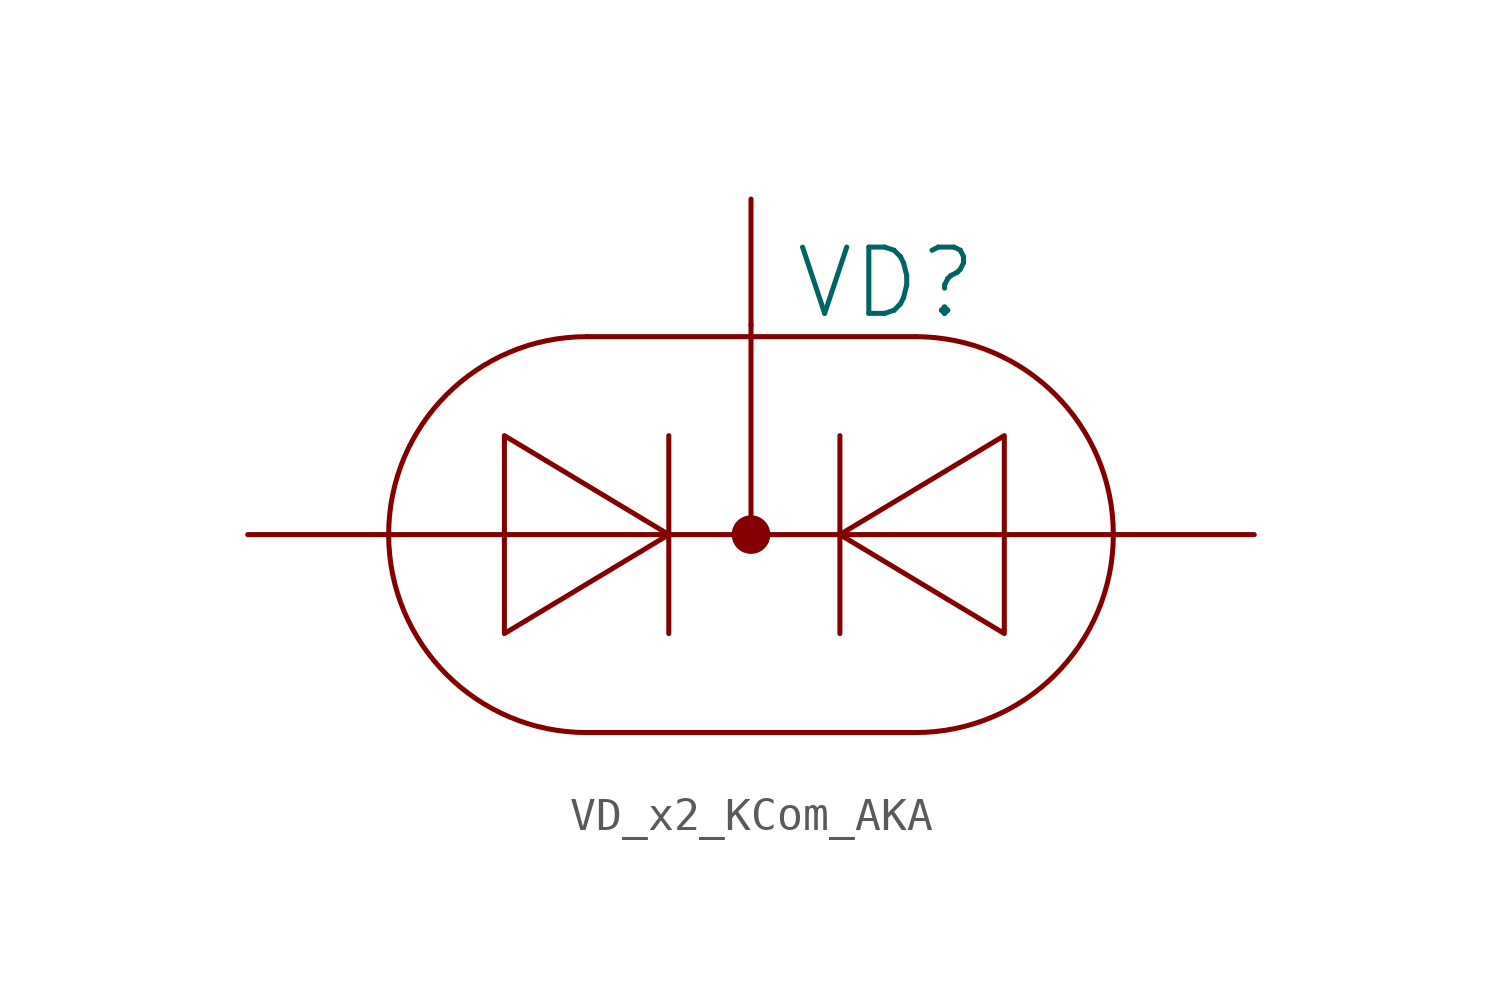
<source format=kicad_sym>
(kicad_symbol_lib
  (version 20231120)
  (generator "kicad_symbol_editor")
  (generator_version "8.0")
  (symbol "VD_x2_KCom_AKA"
    (pin_numbers hide)
    (pin_names
      (offset 0) hide)
    (property "Reference" "VD"
      (at 1.27 7.62 0)
      (effects (font (size 2.007 2.007)) (justify left)))
    (symbol "VD_x2_KCom_AKA_0_1"
      (arc (start -4.9784 5.9944) (mid -10.9728 0) (end -4.9784 -5.9944) (stroke (width 0) (type solid)) (fill (type none)))
      (polyline (pts (xy -11.43 0) (xy 11.43 0)) (stroke (width 0) (type solid)) (fill (type none)))
      (polyline (pts (xy -4.978 -5.994) (xy 4.978 -5.994)) (stroke (width 0) (type solid)) (fill (type none)))
      (polyline (pts (xy -4.978 5.994) (xy 4.978 5.994)) (stroke (width 0) (type solid)) (fill (type none)))
      (polyline (pts (xy -2.489 2.997) (xy -2.489 -2.997)) (stroke (width 0) (type solid)) (fill (type none)))
      (polyline (pts (xy 0 6.35) (xy 0 0)) (stroke (width 0) (type solid)) (fill (type none)))
      (polyline (pts (xy 2.692 2.997) (xy 2.692 -2.997)) (stroke (width 0) (type solid)) (fill (type none)))
      (polyline (pts (xy -2.489 0) (xy -7.468 2.997) (xy -7.468 -2.997) (xy -2.489 0)) (stroke (width 0) (type solid)) (fill (type none)))
      (polyline (pts (xy 2.692 0) (xy 7.671 2.997) (xy 7.671 -2.997) (xy 2.692 0)) (stroke (width 0) (type solid)) (fill (type none)))
      (circle (center 0 0) (radius 0.508) (stroke (width 0) (type solid)) (fill (type outline)))
      (arc (start 4.9784 -5.9944) (mid 10.9728 0) (end 4.9784 5.9944) (stroke (width 0) (type solid)) (fill (type none))))
    (symbol "VD_x2_KCom_AKA_1_1"
      (pin passive line (at -15.24 0 0) (length 3.81) (name "A" (effects (font (size 2.007 2.007)))) (number "1" (effects (font (size 2.007 2.007)))))
      (pin passive line (at 0 10.16 270) (length 3.81) (name "K" (effects (font (size 2.007 2.007)))) (number "2" (effects (font (size 2.007 2.007)))))
      (pin passive line (at 15.24 0 180) (length 3.81) (name "A" (effects (font (size 2.007 2.007)))) (number "3" (effects (font (size 2.007 2.007))))))))
</source>
